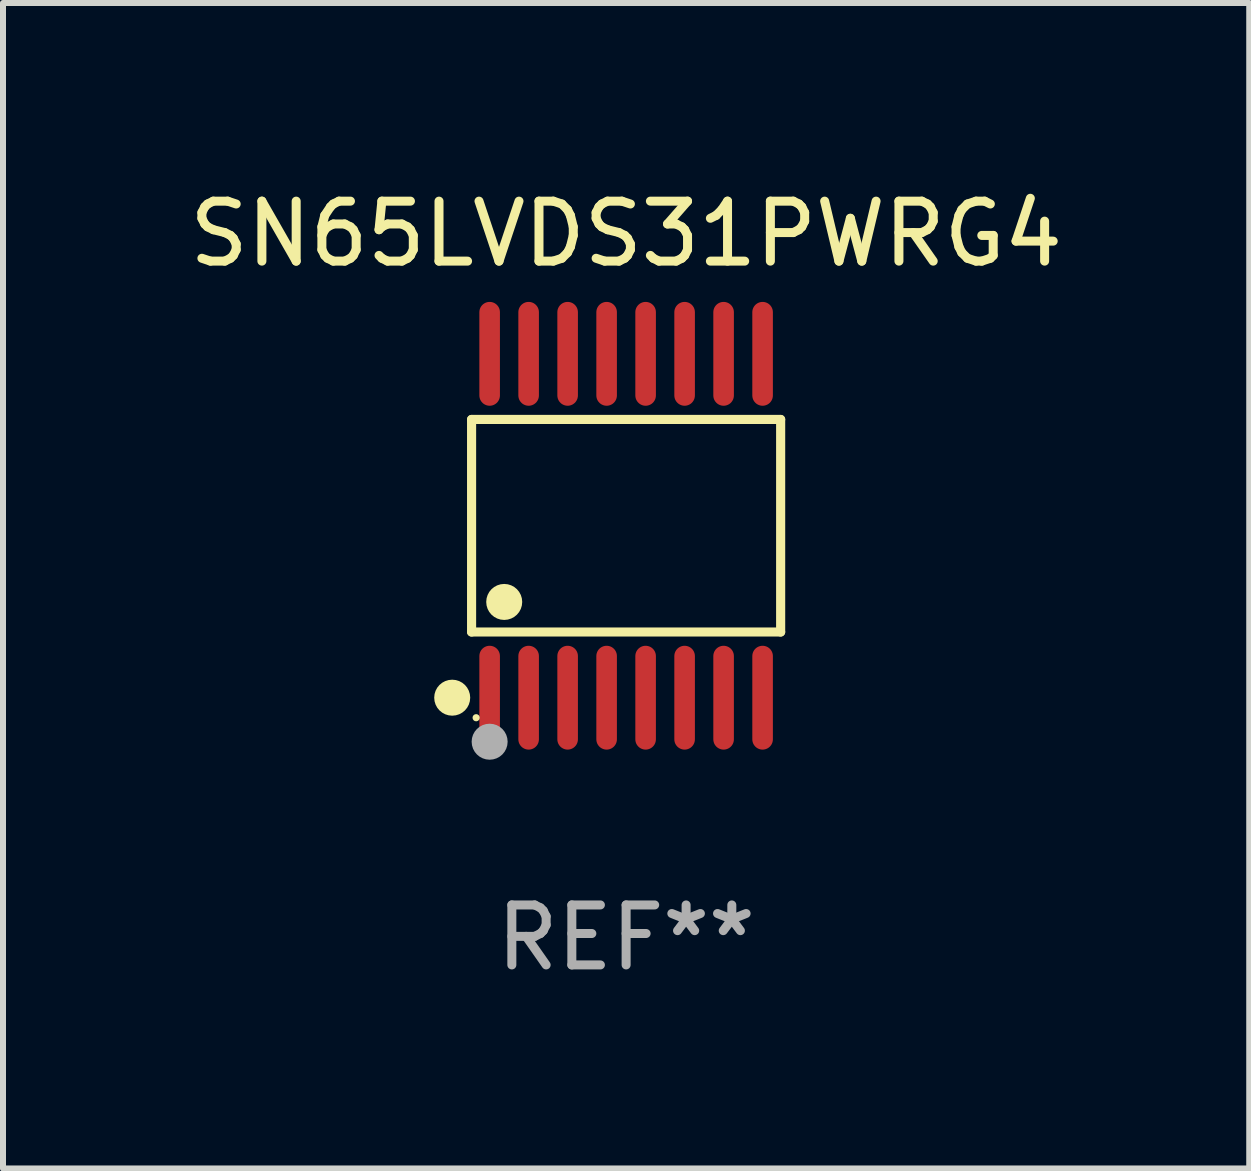
<source format=kicad_pcb>
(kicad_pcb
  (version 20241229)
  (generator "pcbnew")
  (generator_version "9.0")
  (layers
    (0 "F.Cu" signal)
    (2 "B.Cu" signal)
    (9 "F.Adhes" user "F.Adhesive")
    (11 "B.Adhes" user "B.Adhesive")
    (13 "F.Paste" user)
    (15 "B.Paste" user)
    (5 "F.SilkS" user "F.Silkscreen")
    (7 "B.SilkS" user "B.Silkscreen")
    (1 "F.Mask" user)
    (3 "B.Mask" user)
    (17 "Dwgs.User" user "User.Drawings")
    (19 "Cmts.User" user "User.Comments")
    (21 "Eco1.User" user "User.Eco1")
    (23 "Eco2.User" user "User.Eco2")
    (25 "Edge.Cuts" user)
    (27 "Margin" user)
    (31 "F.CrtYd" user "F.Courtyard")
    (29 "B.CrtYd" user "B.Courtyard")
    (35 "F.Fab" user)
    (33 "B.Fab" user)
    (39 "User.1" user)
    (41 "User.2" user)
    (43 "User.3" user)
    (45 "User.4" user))
  (footprint "SN65LVDS31PWRG4"
    (layer "F.Cu")
    (at 7.387 5.714)
    (property "Reference" "SN65LVDS31PWRG4" (at 0 -4.866 0) (layer "F.SilkS") (effects (font (size 1 1) (thickness 0.15))))
    (attr through_hole)
    (fp_line (start -2.576 -1.772) (end 2.576 -1.772) (stroke (width 0.152) (type solid)) (layer "F.SilkS"))
    (fp_line (start -2.576 1.771) (end -2.576 -1.772) (stroke (width 0.152) (type solid)) (layer "F.SilkS"))
    (fp_line (start 2.576 -1.772) (end 2.576 1.771) (stroke (width 0.152) (type solid)) (layer "F.SilkS"))
    (fp_line (start 2.576 1.771) (end -2.576 1.771) (stroke (width 0.152) (type solid)) (layer "F.SilkS"))
    (fp_circle (center -2.899 2.866) (end -2.749 2.866) (stroke (width 0.3) (type solid)) (fill no) (layer "F.SilkS"))
    (fp_circle (center -2.5 3.2) (end -2.47 3.2) (stroke (width 0.06) (type solid)) (fill no) (layer "F.SilkS"))
    (fp_circle (center -2.032 1.27) (end -1.882 1.27) (stroke (width 0.3) (type solid)) (fill no) (layer "F.SilkS"))
    (fp_circle (center -2.275 3.6) (end -2.125 3.6) (stroke (width 0.3) (type solid)) (fill no) (layer "F.Fab"))
    (fp_text user "REF**" (at 0 6.866 0) (layer "F.Fab") (effects (font (size 1 1) (thickness 0.15))))
    (pad "1" smd oval (at -2.275 2.866) (size 0.343 1.731) (layers "F.Cu" "F.Mask" "F.Paste"))
    (pad "2" smd oval (at -1.625 2.866) (size 0.343 1.731) (layers "F.Cu" "F.Mask" "F.Paste"))
    (pad "3" smd oval (at -0.975 2.866) (size 0.343 1.731) (layers "F.Cu" "F.Mask" "F.Paste"))
    (pad "4" smd oval (at -0.325 2.866) (size 0.343 1.731) (layers "F.Cu" "F.Mask" "F.Paste"))
    (pad "5" smd oval (at 0.325 2.866) (size 0.343 1.731) (layers "F.Cu" "F.Mask" "F.Paste"))
    (pad "6" smd oval (at 0.975 2.866) (size 0.343 1.731) (layers "F.Cu" "F.Mask" "F.Paste"))
    (pad "7" smd oval (at 1.625 2.866) (size 0.343 1.731) (layers "F.Cu" "F.Mask" "F.Paste"))
    (pad "8" smd oval (at 2.275 2.866) (size 0.343 1.731) (layers "F.Cu" "F.Mask" "F.Paste"))
    (pad "9" smd oval (at 2.275 -2.866) (size 0.343 1.731) (layers "F.Cu" "F.Mask" "F.Paste"))
    (pad "10" smd oval (at 1.625 -2.866) (size 0.343 1.731) (layers "F.Cu" "F.Mask" "F.Paste"))
    (pad "11" smd oval (at 0.975 -2.866) (size 0.343 1.731) (layers "F.Cu" "F.Mask" "F.Paste"))
    (pad "12" smd oval (at 0.325 -2.866) (size 0.343 1.731) (layers "F.Cu" "F.Mask" "F.Paste"))
    (pad "13" smd oval (at -0.325 -2.866) (size 0.343 1.731) (layers "F.Cu" "F.Mask" "F.Paste"))
    (pad "14" smd oval (at -0.975 -2.866) (size 0.343 1.731) (layers "F.Cu" "F.Mask" "F.Paste"))
    (pad "15" smd oval (at -1.625 -2.866) (size 0.343 1.731) (layers "F.Cu" "F.Mask" "F.Paste"))
    (pad "16" smd oval (at -2.275 -2.866) (size 0.343 1.731) (layers "F.Cu" "F.Mask" "F.Paste")))
  (gr_rect
    (start -3 -3)
    (end 17.774 16.428)
    (stroke (width 0.1) (type default))
    (fill no)
    (layer "Edge.Cuts")))
</source>
